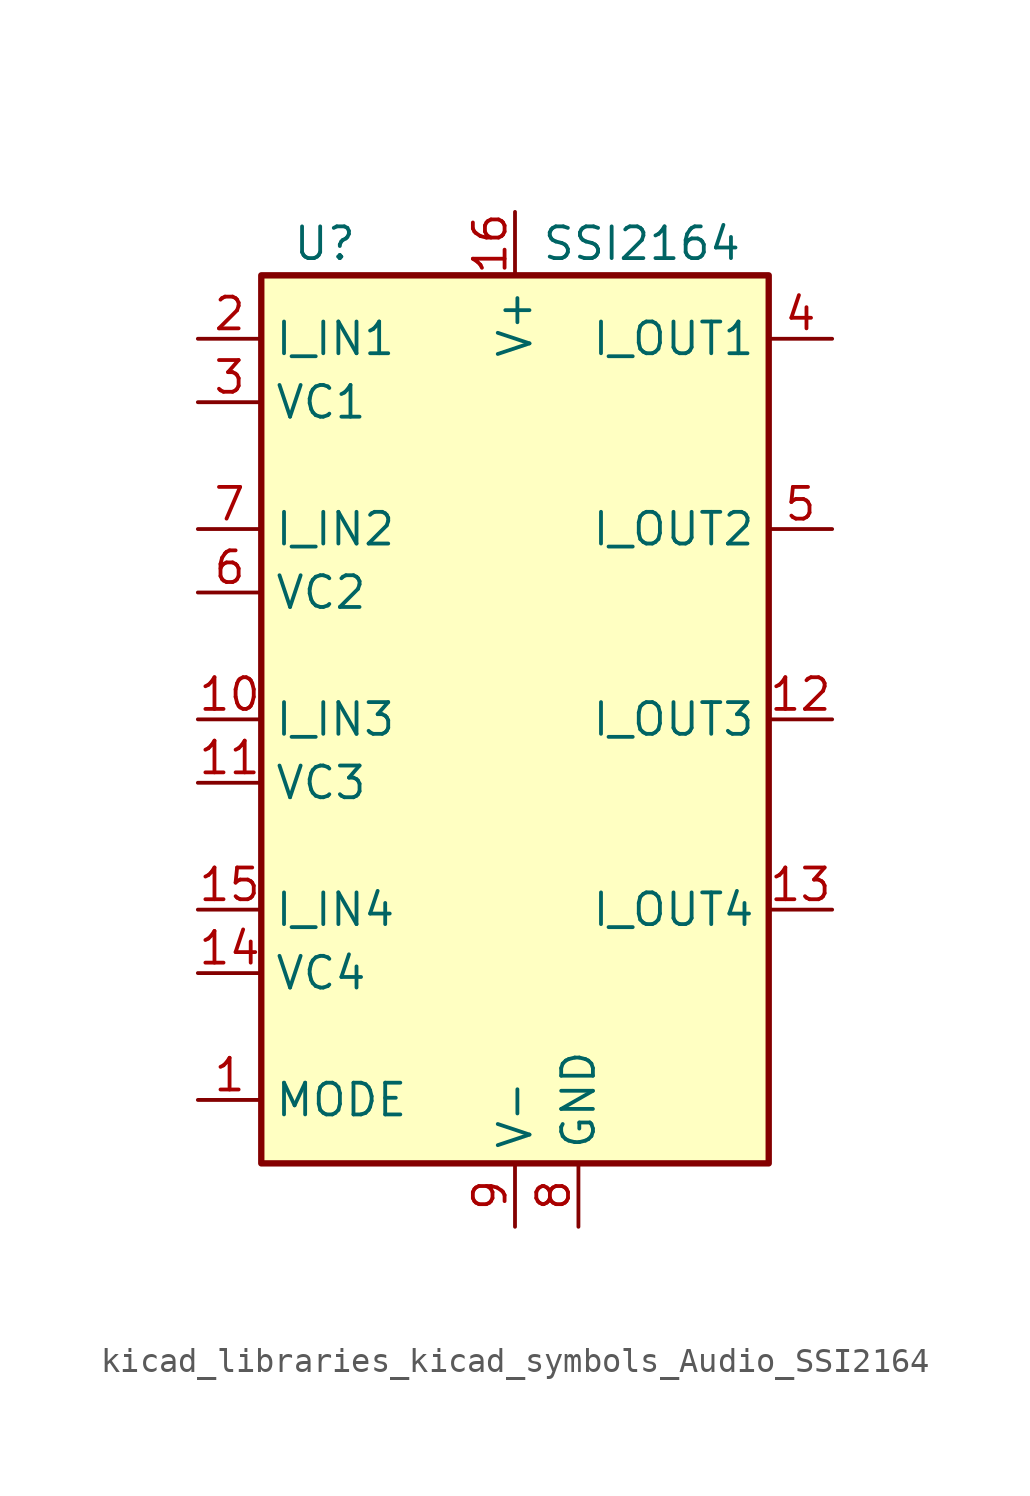
<source format=kicad_sym>
(kicad_symbol_lib
  (version 20220914)
  (generator kicad_symbol_editor)
  (symbol "kicad_libraries_kicad_symbols_Audio_SSI2164"
    (property "Reference" "U"
      (at -7.62 19.05 0)
      (effects (font (size 1.27 1.27))))
    (property "Value" "SSI2164"
      (at 5.08 19.05 0)
      (effects (font (size 1.27 1.27))))
    (symbol "kicad_libraries_kicad_symbols_Audio_SSI2164_0_1"
      (rectangle (start -10.16 17.78) (end 10.16 -17.78) (stroke (width 0.254) (type default)) (fill (type background))))
    (symbol "kicad_libraries_kicad_symbols_Audio_SSI2164_1_1"
      (pin passive line (at -12.7 -15.24 0) (length 2.54) (name "MODE" (effects (font (size 1.27 1.27)))) (number "1" (effects (font (size 1.27 1.27)))))
      (pin input line (at -12.7 0 0) (length 2.54) (name "I_IN3" (effects (font (size 1.27 1.27)))) (number "10" (effects (font (size 1.27 1.27)))))
      (pin passive line (at -12.7 -2.54 0) (length 2.54) (name "VC3" (effects (font (size 1.27 1.27)))) (number "11" (effects (font (size 1.27 1.27)))))
      (pin output line (at 12.7 0 180) (length 2.54) (name "I_OUT3" (effects (font (size 1.27 1.27)))) (number "12" (effects (font (size 1.27 1.27)))))
      (pin output line (at 12.7 -7.62 180) (length 2.54) (name "I_OUT4" (effects (font (size 1.27 1.27)))) (number "13" (effects (font (size 1.27 1.27)))))
      (pin passive line (at -12.7 -10.16 0) (length 2.54) (name "VC4" (effects (font (size 1.27 1.27)))) (number "14" (effects (font (size 1.27 1.27)))))
      (pin input line (at -12.7 -7.62 0) (length 2.54) (name "I_IN4" (effects (font (size 1.27 1.27)))) (number "15" (effects (font (size 1.27 1.27)))))
      (pin power_in line (at 0 20.32 270) (length 2.54) (name "V+" (effects (font (size 1.27 1.27)))) (number "16" (effects (font (size 1.27 1.27)))))
      (pin input line (at -12.7 15.24 0) (length 2.54) (name "I_IN1" (effects (font (size 1.27 1.27)))) (number "2" (effects (font (size 1.27 1.27)))))
      (pin passive line (at -12.7 12.7 0) (length 2.54) (name "VC1" (effects (font (size 1.27 1.27)))) (number "3" (effects (font (size 1.27 1.27)))))
      (pin output line (at 12.7 15.24 180) (length 2.54) (name "I_OUT1" (effects (font (size 1.27 1.27)))) (number "4" (effects (font (size 1.27 1.27)))))
      (pin output line (at 12.7 7.62 180) (length 2.54) (name "I_OUT2" (effects (font (size 1.27 1.27)))) (number "5" (effects (font (size 1.27 1.27)))))
      (pin passive line (at -12.7 5.08 0) (length 2.54) (name "VC2" (effects (font (size 1.27 1.27)))) (number "6" (effects (font (size 1.27 1.27)))))
      (pin input line (at -12.7 7.62 0) (length 2.54) (name "I_IN2" (effects (font (size 1.27 1.27)))) (number "7" (effects (font (size 1.27 1.27)))))
      (pin power_in line (at 2.54 -20.32 90) (length 2.54) (name "GND" (effects (font (size 1.27 1.27)))) (number "8" (effects (font (size 1.27 1.27)))))
      (pin power_in line (at 0 -20.32 90) (length 2.54) (name "V-" (effects (font (size 1.27 1.27)))) (number "9" (effects (font (size 1.27 1.27))))))))
</source>
